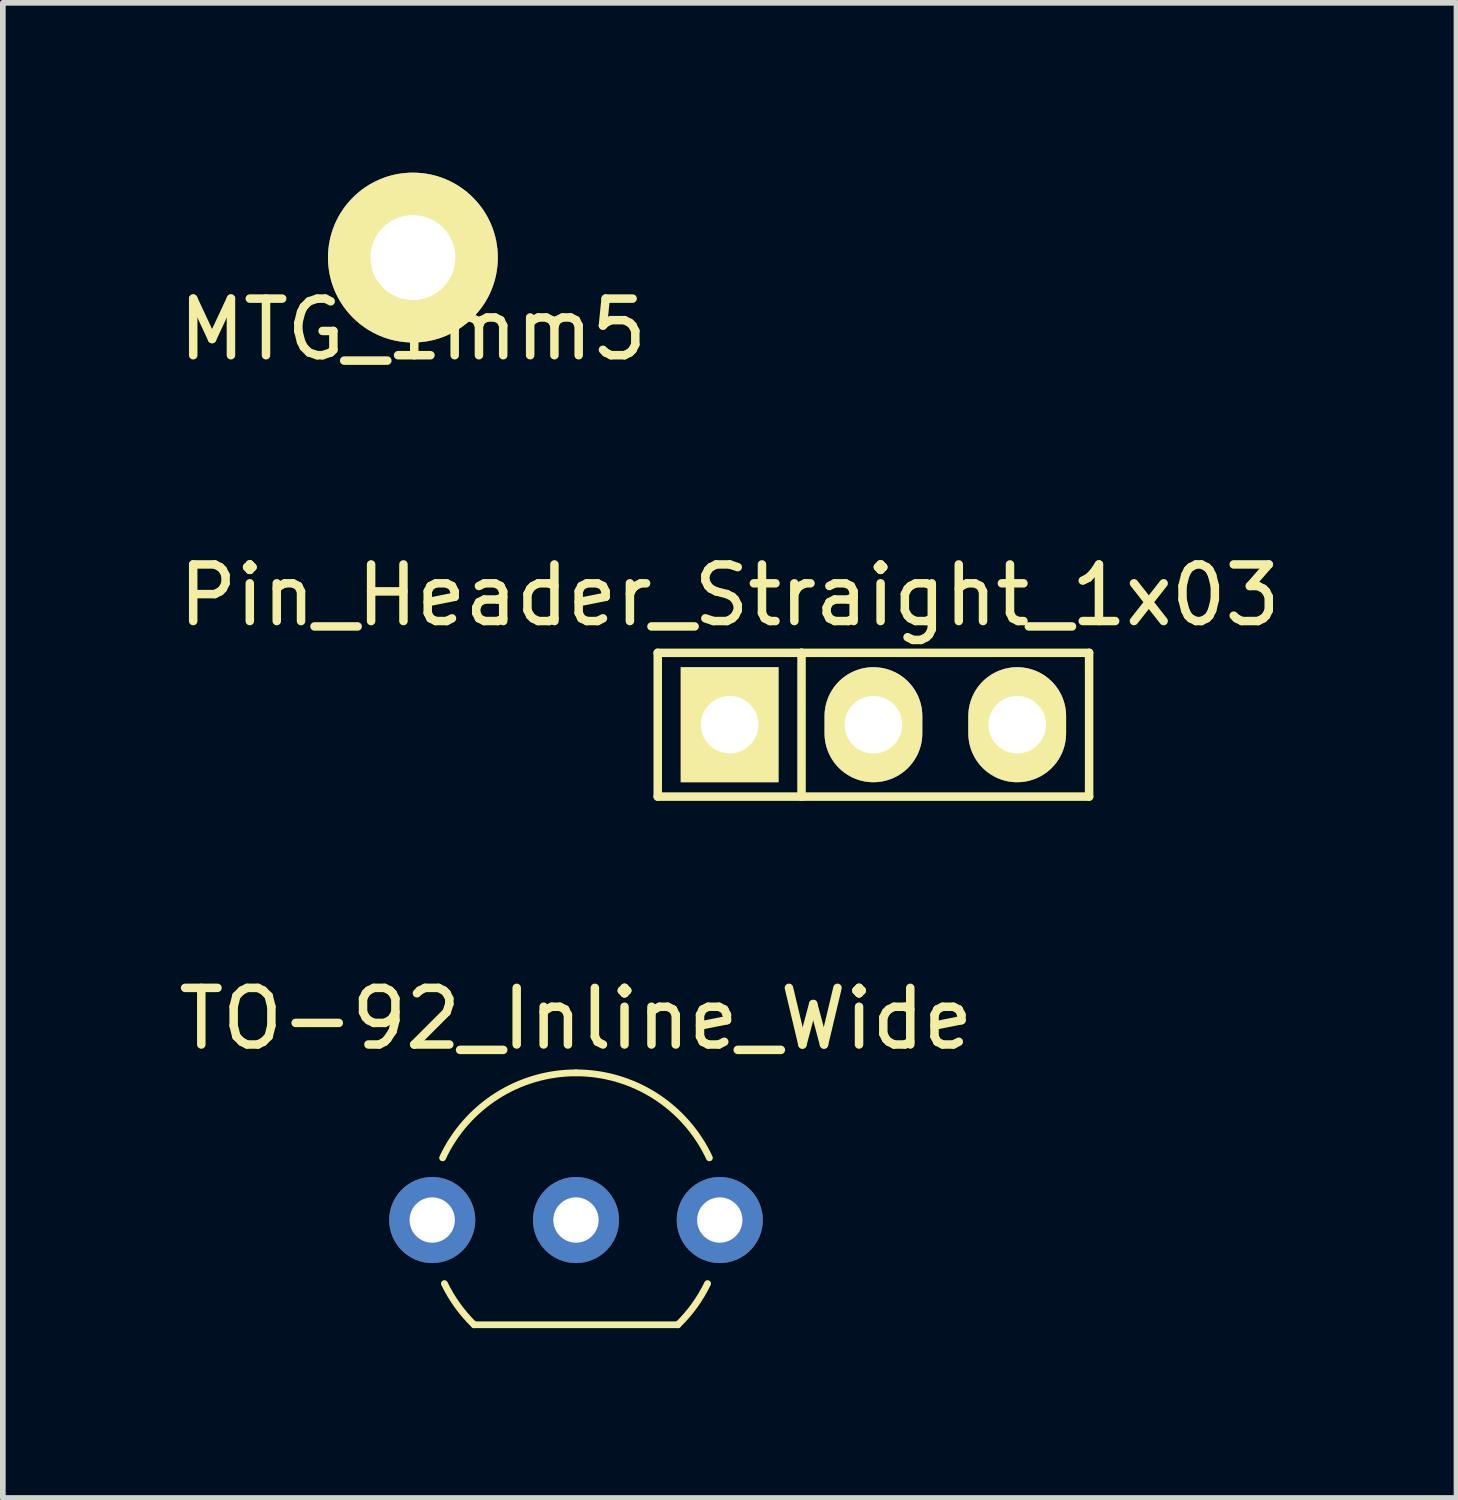
<source format=kicad_pcb>
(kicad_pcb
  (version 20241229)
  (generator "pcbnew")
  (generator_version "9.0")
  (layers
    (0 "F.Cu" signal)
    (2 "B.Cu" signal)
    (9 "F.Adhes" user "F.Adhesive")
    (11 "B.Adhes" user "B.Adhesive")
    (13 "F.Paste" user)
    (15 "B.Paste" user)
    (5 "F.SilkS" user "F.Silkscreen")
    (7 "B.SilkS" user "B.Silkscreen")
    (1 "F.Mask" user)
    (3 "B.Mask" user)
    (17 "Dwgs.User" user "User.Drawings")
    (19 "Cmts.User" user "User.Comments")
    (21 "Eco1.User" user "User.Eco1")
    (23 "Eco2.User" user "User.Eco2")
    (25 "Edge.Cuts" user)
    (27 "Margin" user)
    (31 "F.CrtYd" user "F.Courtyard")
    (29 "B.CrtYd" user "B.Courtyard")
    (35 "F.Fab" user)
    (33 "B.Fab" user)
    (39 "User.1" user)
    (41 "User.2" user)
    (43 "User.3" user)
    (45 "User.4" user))
  (footprint "Pin_Header_Straight_1x03"
    (layer "F.Cu")
    (at 9.839 9.752)
    (property "Reference" "Pin_Header_Straight_1x03" (at 0 -2.286 0) (layer "F.SilkS") (effects (font (size 1 1) (thickness 0.15))))
    (attr through_hole)
    (fp_line (start -1.27 -1.27) (end -1.27 1.27) (stroke (width 0.15) (type solid)) (layer "F.SilkS"))
    (fp_line (start -1.27 -1.27) (end 1.27 -1.27) (stroke (width 0.15) (type solid)) (layer "F.SilkS"))
    (fp_line (start -1.27 1.27) (end 1.27 1.27) (stroke (width 0.15) (type solid)) (layer "F.SilkS"))
    (fp_line (start 1.27 -1.27) (end 1.27 1.27) (stroke (width 0.15) (type solid)) (layer "F.SilkS"))
    (fp_line (start 1.27 1.27) (end 6.35 1.27) (stroke (width 0.15) (type solid)) (layer "F.SilkS"))
    (fp_line (start 6.35 -1.27) (end 1.27 -1.27) (stroke (width 0.15) (type solid)) (layer "F.SilkS"))
    (fp_line (start 6.35 1.27) (end 6.35 -1.27) (stroke (width 0.15) (type solid)) (layer "F.SilkS"))
    (pad "1" thru_hole rect (at 0 0) (size 1.727 2.032) (drill 1.016) (layers "*.Cu" "*.Mask" "F.SilkS"))
    (pad "2" thru_hole oval (at 2.54 0) (size 1.727 2.032) (drill 1.016) (layers "*.Cu" "*.Mask" "F.SilkS"))
    (pad "3" thru_hole oval (at 5.08 0) (size 1.727 2.032) (drill 1.016) (layers "*.Cu" "*.Mask" "F.SilkS")))
  (footprint "TO-92_Inline_Wide"
    (layer "F.Cu")
    (at 4.585 18.502)
    (property "Reference" "TO-92_Inline_Wide" (at 2.54 -3.556 180) (layer "F.SilkS") (effects (font (size 1 1) (thickness 0.15))))
    (attr through_hole)
    (fp_line (start 0.74 1.85) (end 4.34 1.85) (stroke (width 0.12) (type solid)) (layer "F.SilkS"))
    (fp_arc (start 0.1836 -1.098807) (mid 1.143021 -2.192817) (end 2.54 -2.6) (stroke (width 0.12) (type solid)) (layer "F.SilkS"))
    (fp_arc (start 0.74 1.85) (mid 0.446097 1.509328) (end 0.215816 1.122795) (stroke (width 0.12) (type solid)) (layer "F.SilkS"))
    (fp_arc (start 2.54 -2.6) (mid 3.936979 -2.192818) (end 4.8964 -1.098807) (stroke (width 0.12) (type solid)) (layer "F.SilkS"))
    (fp_arc (start 4.864184 1.122795) (mid 4.633903 1.509328) (end 4.34 1.85) (stroke (width 0.12) (type solid)) (layer "F.SilkS"))
    (pad "1" thru_hole circle (at 0 0 90) (size 1.52 1.52) (drill 0.8) (layers "*.Cu" "*.Mask"))
    (pad "2" thru_hole circle (at 2.54 0 90) (size 1.52 1.52) (drill 0.8) (layers "*.Cu" "*.Mask"))
    (pad "3" thru_hole circle (at 5.08 0 90) (size 1.52 1.52) (drill 0.8) (layers "*.Cu" "*.Mask")))
  (footprint "MTG_1mm5"
    (layer "F.Cu")
    (at 4.244 1.5)
    (property "Reference" "MTG_1mm5" (at 0 1.27 0) (layer "F.SilkS") (effects (font (size 1 1) (thickness 0.15))))
    (attr through_hole)
    (pad "1" thru_hole circle (at 0 0) (size 3 3) (drill 1.5) (layers "*.Cu" "*.Mask" "F.SilkS")))
  (gr_rect
    (start -3 -3)
    (end 22.679 23.412)
    (stroke (width 0.1) (type default))
    (fill no)
    (layer "Edge.Cuts")))
</source>
